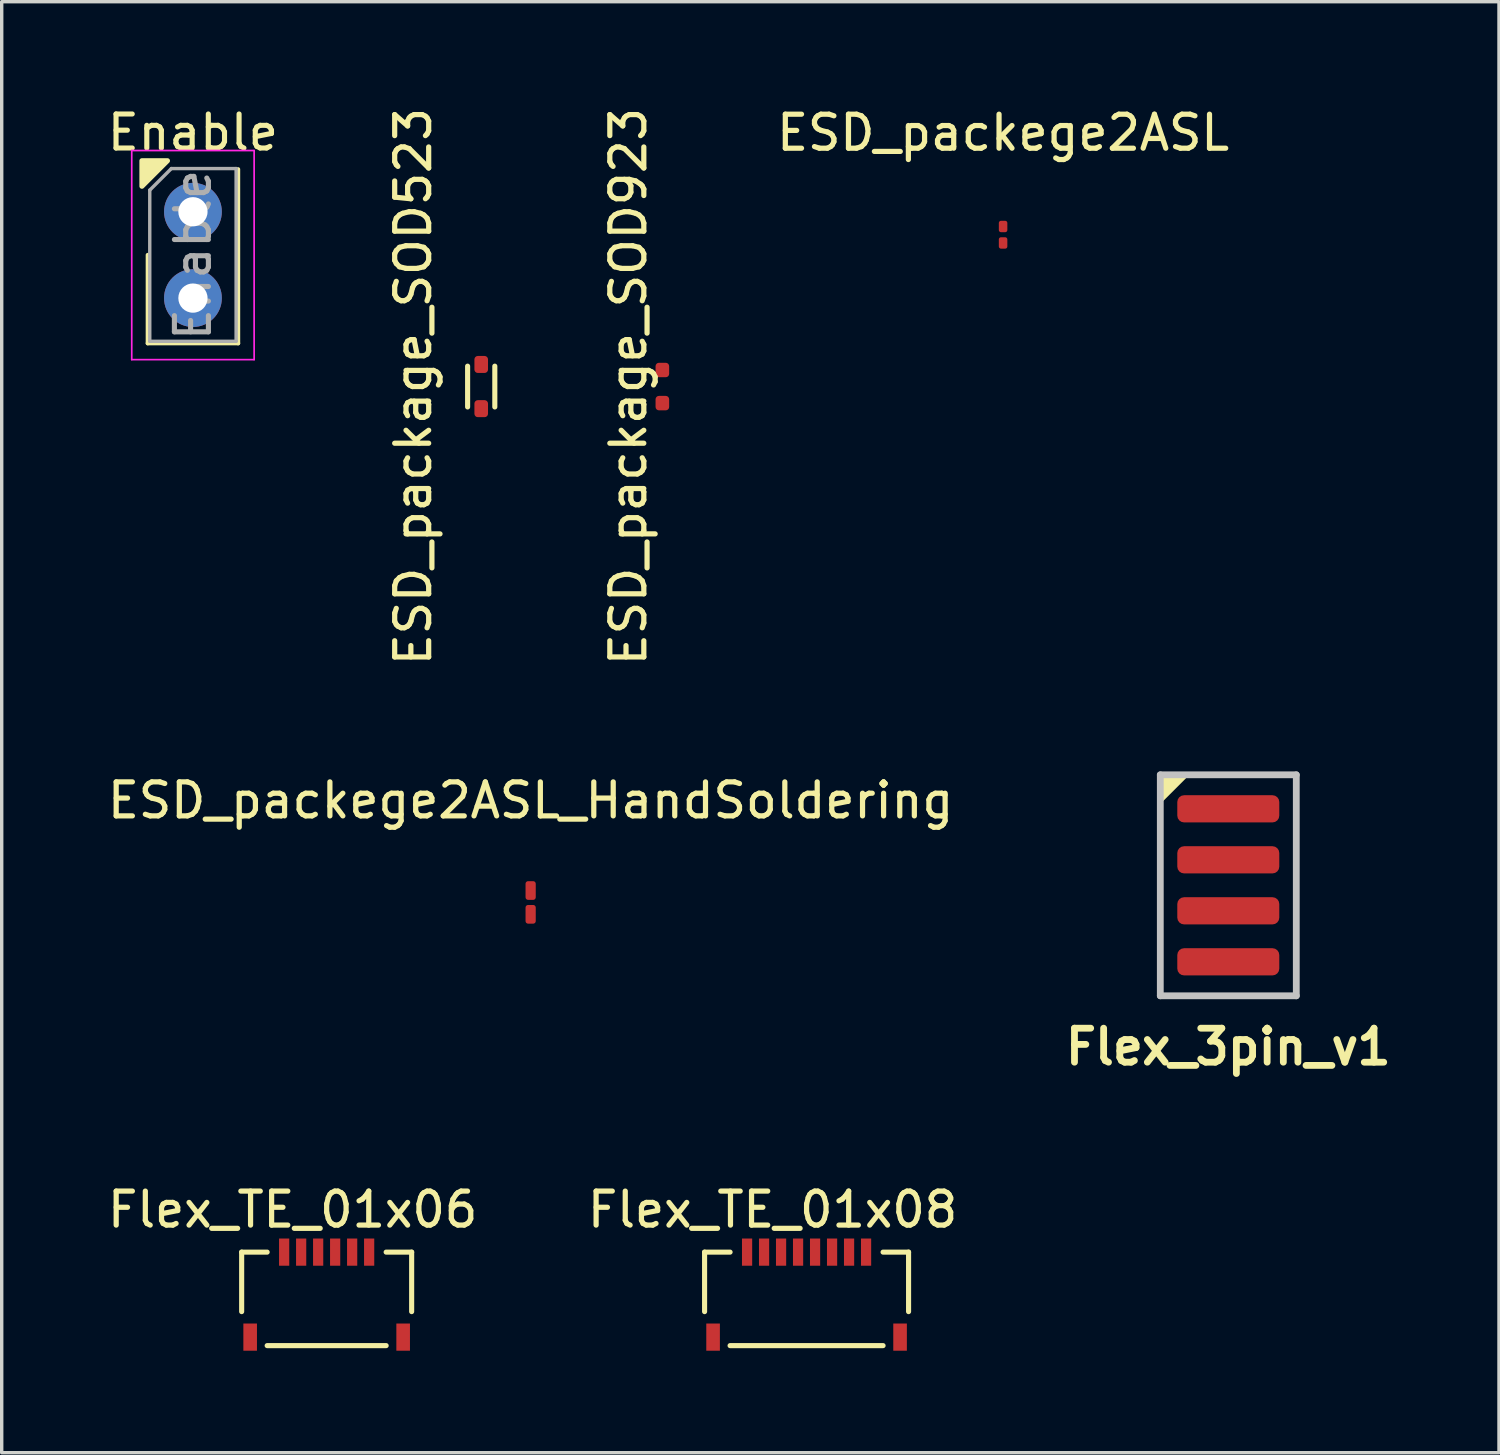
<source format=kicad_pcb>
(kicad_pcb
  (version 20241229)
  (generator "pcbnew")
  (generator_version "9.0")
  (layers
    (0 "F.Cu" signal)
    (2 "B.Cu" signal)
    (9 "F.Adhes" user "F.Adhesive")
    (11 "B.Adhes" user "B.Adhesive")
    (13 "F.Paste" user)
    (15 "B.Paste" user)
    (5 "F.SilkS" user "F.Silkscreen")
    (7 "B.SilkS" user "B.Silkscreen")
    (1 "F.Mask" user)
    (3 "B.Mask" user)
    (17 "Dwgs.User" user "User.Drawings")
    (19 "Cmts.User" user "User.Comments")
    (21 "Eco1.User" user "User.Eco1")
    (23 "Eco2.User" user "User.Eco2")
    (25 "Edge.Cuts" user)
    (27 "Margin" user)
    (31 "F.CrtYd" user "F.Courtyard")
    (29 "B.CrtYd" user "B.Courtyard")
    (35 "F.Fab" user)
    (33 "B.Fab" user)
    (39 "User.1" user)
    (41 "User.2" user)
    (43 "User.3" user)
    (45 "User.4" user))
  (footprint "ESD_packege2ASL"
    (layer "F.Cu")
    (at 26.454 3.854)
    (property "Reference" "ESD_packege2ASL" (at 0 -3 0) (layer "F.SilkS") (effects (font (size 1 1) (thickness 0.153))))
    (attr through_hole)
    (pad "1" smd roundrect (at 0 -0.242) (size 0.25 0.335) (layers "F.Cu" "F.Mask" "F.Paste") (roundrect_rratio 0.25))
    (pad "2" smd roundrect (at 0 0.242) (size 0.25 0.335) (layers "F.Cu" "F.Mask" "F.Paste") (roundrect_rratio 0.25)))
  (footprint "ESD_package_SOD523"
    (layer "F.Cu")
    (at 11.104 8.32)
    (property "Reference" "ESD_package_SOD523" (at -2 0 90) (layer "F.SilkS") (effects (font (size 1 1) (thickness 0.153))))
    (attr through_hole)
    (fp_line (start -0.4 -0.6) (end -0.4 0.6) (stroke (width 0.15) (type solid)) (layer "F.SilkS"))
    (fp_line (start 0.4 -0.6) (end 0.4 0.6) (stroke (width 0.15) (type solid)) (layer "F.SilkS"))
    (pad "1" smd roundrect (at 0 -0.65) (size 0.4 0.5) (layers "F.Cu" "F.Mask" "F.Paste") (roundrect_rratio 0.25))
    (pad "2" smd roundrect (at 0 0.65) (size 0.4 0.5) (layers "F.Cu" "F.Mask" "F.Paste") (roundrect_rratio 0.25)))
  (footprint "ESD_package_SOD923"
    (layer "F.Cu")
    (at 16.432 8.32)
    (property "Reference" "ESD_package_SOD923" (at -1 0 90) (layer "F.SilkS") (effects (font (size 1 1) (thickness 0.153))))
    (attr through_hole)
    (pad "1" smd roundrect (at 0 -0.487) (size 0.4 0.425) (layers "F.Cu" "F.Mask" "F.Paste") (roundrect_rratio 0.25))
    (pad "2" smd roundrect (at 0 0.487) (size 0.4 0.425) (layers "F.Cu" "F.Mask" "F.Paste") (roundrect_rratio 0.25)))
  (footprint "Flex_TE_01x08"
    (layer "F.Cu")
    (at 20.674 33.779)
    (property "Reference" "Flex_TE_01x08" (at -1 -1.25 0) (layer "F.SilkS") (effects (font (size 1 1) (thickness 0.153))))
    (attr through_hole)
    (fp_line (start -3 0) (end -3 1.75) (stroke (width 0.15) (type solid)) (layer "F.SilkS"))
    (fp_line (start -2.25 0) (end -3 0) (stroke (width 0.15) (type solid)) (layer "F.SilkS"))
    (fp_line (start -2.25 2.75) (end 2.25 2.75) (stroke (width 0.15) (type solid)) (layer "F.SilkS"))
    (fp_line (start 2.25 0) (end 3 0) (stroke (width 0.15) (type solid)) (layer "F.SilkS"))
    (fp_line (start 3 0) (end 3 1.75) (stroke (width 0.15) (type solid)) (layer "F.SilkS"))
    (pad "1" smd rect (at -1.75 0) (size 0.3 0.8) (layers "F.Cu" "F.Mask" "F.Paste"))
    (pad "2" smd rect (at -1.25 0) (size 0.3 0.8) (layers "F.Cu" "F.Mask" "F.Paste"))
    (pad "3" smd rect (at -0.75 0) (size 0.3 0.8) (layers "F.Cu" "F.Mask" "F.Paste"))
    (pad "4" smd rect (at -0.25 0) (size 0.3 0.8) (layers "F.Cu" "F.Mask" "F.Paste"))
    (pad "5" smd rect (at 0.25 0) (size 0.3 0.8) (layers "F.Cu" "F.Mask" "F.Paste"))
    (pad "6" smd rect (at 0.75 0) (size 0.3 0.8) (layers "F.Cu" "F.Mask" "F.Paste"))
    (pad "7" smd rect (at 1.25 0) (size 0.3 0.8) (layers "F.Cu" "F.Mask" "F.Paste"))
    (pad "8" smd rect (at 1.75 0) (size 0.3 0.8) (layers "F.Cu" "F.Mask" "F.Paste"))
    (pad "~" smd rect (at -2.75 2.5) (size 0.4 0.8) (layers "F.Cu" "F.Mask" "F.Paste"))
    (pad "~" smd rect (at 2.75 2.5) (size 0.4 0.8) (layers "F.Cu" "F.Mask" "F.Paste")))
  (footprint "Enable"
    (layer "F.Cu")
    (at 2.625 3.178)
    (property "Reference" "Enable" (at 0 -2.33 0) (layer "F.SilkS") (effects (font (size 1 1) (thickness 0.15))))
    (attr through_hole)
    (fp_line (start -1.33 1.27) (end -1.33 3.87) (stroke (width 0.12) (type solid)) (layer "F.SilkS"))
    (fp_line (start -1.33 3.87) (end 1.33 3.87) (stroke (width 0.12) (type solid)) (layer "F.SilkS"))
    (fp_line (start 1.33 -1.25) (end 1.33 3.87) (stroke (width 0.12) (type solid)) (layer "F.SilkS"))
    (fp_poly (pts (xy -1.5 -0.75) (xy -0.75 -1.5) (xy -1.5 -1.5)) (stroke (width 0.15) (type solid)) (fill yes) (layer "F.SilkS"))
    (fp_line (start -1.8 -1.8) (end -1.8 4.35) (stroke (width 0.05) (type solid)) (layer "F.CrtYd"))
    (fp_line (start -1.8 4.35) (end 1.8 4.35) (stroke (width 0.05) (type solid)) (layer "F.CrtYd"))
    (fp_line (start 1.8 -1.8) (end -1.8 -1.8) (stroke (width 0.05) (type solid)) (layer "F.CrtYd"))
    (fp_line (start 1.8 4.35) (end 1.8 -1.8) (stroke (width 0.05) (type solid)) (layer "F.CrtYd"))
    (fp_line (start -1.27 -0.635) (end -0.635 -1.27) (stroke (width 0.1) (type solid)) (layer "F.Fab"))
    (fp_line (start -1.27 3.81) (end -1.27 -0.635) (stroke (width 0.1) (type solid)) (layer "F.Fab"))
    (fp_line (start -0.635 -1.27) (end 1.27 -1.27) (stroke (width 0.1) (type solid)) (layer "F.Fab"))
    (fp_line (start 1.27 -1.27) (end 1.27 3.81) (stroke (width 0.1) (type solid)) (layer "F.Fab"))
    (fp_line (start 1.27 3.81) (end -1.27 3.81) (stroke (width 0.1) (type solid)) (layer "F.Fab"))
    (fp_text user "${REFERENCE}" (at 0 1.27 90) (layer "F.Fab") (effects (font (size 1 1) (thickness 0.15))))
    (pad "1" thru_hole circle (at 0 0) (size 1.7 1.7) (drill 0.86) (layers "*.Cu" "*.Mask"))
    (pad "2" thru_hole oval (at 0 2.54) (size 1.7 1.7) (drill 0.86) (layers "*.Cu" "*.Mask")))
  (footprint "Flex_3pin_v1"
    (layer "F.Cu")
    (at 33.078 22.99)
    (property "Reference" "Flex_3pin_v1" (at 0 4.75 180) (layer "F.SilkS") (effects (font (size 1 1) (thickness 0.2))))
    (attr through_hole)
    (fp_line (start -2 -2) (end -2 3.25) (stroke (width 0.15) (type solid)) (layer "F.SilkS"))
    (fp_line (start -2 3.25) (end 0.75 3.25) (stroke (width 0.15) (type solid)) (layer "F.SilkS"))
    (fp_line (start -0.75 -3.25) (end 0.75 -3.25) (stroke (width 0.15) (type solid)) (layer "F.SilkS"))
    (fp_line (start 1.25 -3.25) (end 1.5 -3.25) (stroke (width 0.15) (type solid)) (layer "F.SilkS"))
    (fp_line (start 1.25 3.25) (end 1.5 3.25) (stroke (width 0.15) (type solid)) (layer "F.SilkS"))
    (fp_poly (pts (xy -2 -2.5) (xy -1.25 -3.25) (xy -2 -3.25)) (stroke (width 0.15) (type solid)) (fill yes) (layer "F.SilkS"))
    (fp_line (start -2 3.25) (end -2 -3.25) (stroke (width 0.2) (type solid)) (layer "Dwgs.User"))
    (fp_line (start 2 -3.25) (end -2 -3.25) (stroke (width 0.2) (type solid)) (layer "Dwgs.User"))
    (fp_line (start 2 -3.25) (end 2 3.25) (stroke (width 0.2) (type solid)) (layer "Dwgs.User"))
    (fp_line (start 2 3.25) (end -2 3.25) (stroke (width 0.2) (type solid)) (layer "Dwgs.User"))
    (pad "1" smd roundrect (at 0 -2.25 270) (size 0.8 3) (layers "F.Cu" "F.Mask" "F.Paste") (roundrect_rratio 0.25))
    (pad "2" smd roundrect (at 0 -0.75 270) (size 0.8 3) (layers "F.Cu" "F.Mask" "F.Paste") (roundrect_rratio 0.25))
    (pad "3" smd roundrect (at 0 0.75 270) (size 0.8 3) (layers "F.Cu" "F.Mask" "F.Paste") (roundrect_rratio 0.25))
    (pad "4" smd roundrect (at 0 2.25 270) (size 0.8 3) (layers "F.Cu" "F.Mask" "F.Paste") (roundrect_rratio 0.25)))
  (footprint "ESD_packege2ASL_HandSoldering"
    (layer "F.Cu")
    (at 12.558 23.493)
    (property "Reference" "ESD_packege2ASL_HandSoldering" (at 0 -3 0) (layer "F.SilkS") (effects (font (size 1 1) (thickness 0.153))))
    (attr through_hole)
    (pad "1" smd roundrect (at 0 -0.35) (size 0.3 0.55) (layers "F.Cu" "F.Mask" "F.Paste") (roundrect_rratio 0.25))
    (pad "2" smd roundrect (at 0 0.35) (size 0.3 0.55) (layers "F.Cu" "F.Mask" "F.Paste") (roundrect_rratio 0.25)))
  (footprint "Flex_TE_01x06"
    (layer "F.Cu")
    (at 6.558 33.779)
    (property "Reference" "Flex_TE_01x06" (at -1 -1.25 0) (layer "F.SilkS") (effects (font (size 1 1) (thickness 0.153))))
    (attr through_hole)
    (fp_line (start -2.5 0) (end -2.5 1.75) (stroke (width 0.15) (type solid)) (layer "F.SilkS"))
    (fp_line (start -1.75 0) (end -2.5 0) (stroke (width 0.15) (type solid)) (layer "F.SilkS"))
    (fp_line (start -1.75 2.75) (end 1.75 2.75) (stroke (width 0.15) (type solid)) (layer "F.SilkS"))
    (fp_line (start 1.75 0) (end 2.5 0) (stroke (width 0.15) (type solid)) (layer "F.SilkS"))
    (fp_line (start 2.5 0) (end 2.5 1.75) (stroke (width 0.15) (type solid)) (layer "F.SilkS"))
    (pad "1" smd rect (at -1.25 0) (size 0.3 0.8) (layers "F.Cu" "F.Mask" "F.Paste"))
    (pad "2" smd rect (at -0.75 0) (size 0.3 0.8) (layers "F.Cu" "F.Mask" "F.Paste"))
    (pad "3" smd rect (at -0.25 0) (size 0.3 0.8) (layers "F.Cu" "F.Mask" "F.Paste"))
    (pad "4" smd rect (at 0.25 0) (size 0.3 0.8) (layers "F.Cu" "F.Mask" "F.Paste"))
    (pad "5" smd rect (at 0.75 0) (size 0.3 0.8) (layers "F.Cu" "F.Mask" "F.Paste"))
    (pad "6" smd rect (at 1.25 0) (size 0.3 0.8) (layers "F.Cu" "F.Mask" "F.Paste"))
    (pad "~" smd rect (at -2.25 2.5) (size 0.4 0.8) (layers "F.Cu" "F.Mask" "F.Paste"))
    (pad "~" smd rect (at 2.25 2.5) (size 0.4 0.8) (layers "F.Cu" "F.Mask" "F.Paste")))
  (gr_rect
    (start -3 -3)
    (end 41.04 39.679)
    (stroke (width 0.1) (type default))
    (fill no)
    (layer "Edge.Cuts")))
</source>
